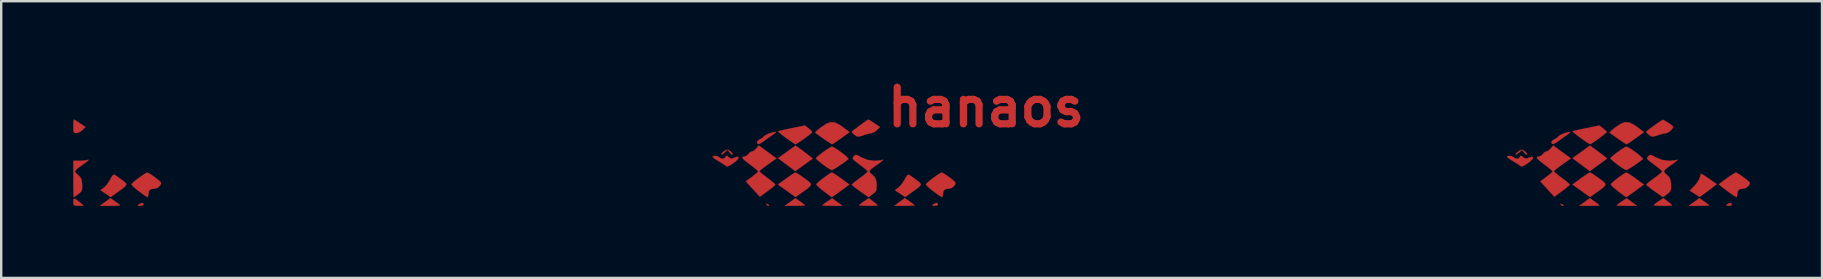
<source format=kicad_pcb>
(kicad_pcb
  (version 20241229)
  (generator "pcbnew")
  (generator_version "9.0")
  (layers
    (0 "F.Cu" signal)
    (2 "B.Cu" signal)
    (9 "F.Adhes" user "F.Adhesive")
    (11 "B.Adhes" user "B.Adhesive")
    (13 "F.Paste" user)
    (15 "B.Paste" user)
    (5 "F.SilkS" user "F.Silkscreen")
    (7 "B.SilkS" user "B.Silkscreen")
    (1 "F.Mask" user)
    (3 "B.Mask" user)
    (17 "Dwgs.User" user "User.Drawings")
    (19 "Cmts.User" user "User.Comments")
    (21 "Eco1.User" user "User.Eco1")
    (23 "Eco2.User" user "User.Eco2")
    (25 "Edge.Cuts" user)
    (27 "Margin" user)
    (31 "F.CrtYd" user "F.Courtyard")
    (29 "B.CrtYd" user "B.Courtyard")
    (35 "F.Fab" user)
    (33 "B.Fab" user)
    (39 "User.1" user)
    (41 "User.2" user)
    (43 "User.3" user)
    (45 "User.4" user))
  (footprint "hanaos"
    (layer "F.Cu")
    (at 38.028 1.418)
    (property "Reference" "hanaos" (at 0 0 0) (layer "F.Cu") (effects (font (size 1.524 1.524) (thickness 0.3))))
    (attr through_hole)
    (fp_poly (pts (xy -10.769 1.772) (xy -10.766 1.776) (xy -10.772 1.775) (xy -10.769 1.772)) (stroke (width 0.01) (type solid)) (fill yes) (layer "F.Cu"))
    (fp_poly (pts (xy 22.328 1.772) (xy 22.331 1.776) (xy 22.325 1.775) (xy 22.328 1.772)) (stroke (width 0.01) (type solid)) (fill yes) (layer "F.Cu"))
    (fp_poly (pts (xy -9.111 4.034) (xy -9.039 4.076) (xy -9.051 4.102) (xy -9.079 4.105) (xy -9.149 4.068) (xy -9.159 4.054) (xy -9.151 4.025) (xy -9.111 4.034)) (stroke (width 0.01) (type solid)) (fill yes) (layer "F.Cu"))
    (fp_poly (pts (xy 23.986 4.034) (xy 24.058 4.076) (xy 24.046 4.102) (xy 24.018 4.105) (xy 23.948 4.068) (xy 23.938 4.054) (xy 23.946 4.025) (xy 23.986 4.034)) (stroke (width 0.01) (type solid)) (fill yes) (layer "F.Cu"))
    (fp_poly (pts (xy -35.107 4.013) (xy -35.098 4.057) (xy -35.142 4.092) (xy -35.236 4.105) (xy -35.33 4.101) (xy -35.33 4.076) (xy -35.275 4.033) (xy -35.17 3.984) (xy -35.107 4.013)) (stroke (width 0.01) (type solid)) (fill yes) (layer "F.Cu"))
    (fp_poly (pts (xy -10.772 1.775) (xy -10.901 1.895) (xy -10.986 1.962) (xy -11.03 1.972) (xy -11.032 1.965) (xy -10.993 1.901) (xy -10.902 1.825) (xy -10.804 1.771) (xy -10.772 1.775)) (stroke (width 0.01) (type solid)) (fill yes) (layer "F.Cu"))
    (fp_poly (pts (xy -10.73 1.78) (xy -10.647 1.838) (xy -10.571 1.916) (xy -10.556 1.969) (xy -10.557 1.971) (xy -10.609 1.961) (xy -10.681 1.889) (xy -10.766 1.776) (xy -10.73 1.78)) (stroke (width 0.01) (type solid)) (fill yes) (layer "F.Cu"))
    (fp_poly (pts (xy -2.01 4.013) (xy -2.001 4.057) (xy -2.045 4.092) (xy -2.139 4.105) (xy -2.233 4.101) (xy -2.233 4.076) (xy -2.178 4.033) (xy -2.073 3.984) (xy -2.01 4.013)) (stroke (width 0.01) (type solid)) (fill yes) (layer "F.Cu"))
    (fp_poly (pts (xy 22.325 1.775) (xy 22.196 1.895) (xy 22.111 1.962) (xy 22.067 1.972) (xy 22.065 1.965) (xy 22.104 1.901) (xy 22.195 1.825) (xy 22.293 1.771) (xy 22.325 1.775)) (stroke (width 0.01) (type solid)) (fill yes) (layer "F.Cu"))
    (fp_poly (pts (xy 22.367 1.78) (xy 22.45 1.838) (xy 22.526 1.916) (xy 22.541 1.969) (xy 22.54 1.971) (xy 22.488 1.961) (xy 22.416 1.889) (xy 22.331 1.776) (xy 22.367 1.78)) (stroke (width 0.01) (type solid)) (fill yes) (layer "F.Cu"))
    (fp_poly (pts (xy 31.063 4.029) (xy 31.056 4.088) (xy 30.966 4.105) (xy 30.87 4.097) (xy 30.839 4.081) (xy 30.878 4.041) (xy 30.937 4.005) (xy 31.022 3.981) (xy 31.063 4.029)) (stroke (width 0.01) (type solid)) (fill yes) (layer "F.Cu"))
    (fp_poly (pts (xy -7.727 1.748) (xy -7.567 1.866) (xy -7.414 1.982) (xy -7.369 2.018) (xy -7.221 2.136) (xy -7.582 2.399) (xy -7.944 2.662) (xy -8.665 2.122) (xy -7.936 1.597) (xy -7.727 1.748)) (stroke (width 0.01) (type solid)) (fill yes) (layer "F.Cu"))
    (fp_poly (pts (xy -37.901 3.844) (xy -37.766 3.951) (xy -37.587 4.102) (xy -37.805 4.104) (xy -37.942 4.099) (xy -38.005 4.071) (xy -38.022 3.998) (xy -38.023 3.951) (xy -38.015 3.844) (xy -37.979 3.808) (xy -37.901 3.844)) (stroke (width 0.01) (type solid)) (fill yes) (layer "F.Cu"))
    (fp_poly (pts (xy -36.277 3.927) (xy -36.158 4.012) (xy -36.085 4.072) (xy -36.073 4.086) (xy -36.12 4.095) (xy -36.246 4.101) (xy -36.427 4.105) (xy -36.494 4.105) (xy -36.914 4.105) (xy -36.48 3.786) (xy -36.277 3.927)) (stroke (width 0.01) (type solid)) (fill yes) (layer "F.Cu"))
    (fp_poly (pts (xy -5.983 4.105) (xy -6.404 4.105) (xy -6.597 4.103) (xy -6.744 4.097) (xy -6.819 4.089) (xy -6.825 4.086) (xy -6.786 4.05) (xy -6.687 3.977) (xy -6.617 3.93) (xy -6.409 3.792) (xy -5.983 4.105)) (stroke (width 0.01) (type solid)) (fill yes) (layer "F.Cu"))
    (fp_poly (pts (xy 25.353 3.929) (xy 25.471 4.014) (xy 25.543 4.073) (xy 25.554 4.086) (xy 25.507 4.095) (xy 25.381 4.101) (xy 25.2 4.105) (xy 25.136 4.105) (xy 24.718 4.105) (xy 25.153 3.79) (xy 25.353 3.929)) (stroke (width 0.01) (type solid)) (fill yes) (layer "F.Cu"))
    (fp_poly (pts (xy -7.744 3.929) (xy -7.626 4.014) (xy -7.554 4.073) (xy -7.543 4.086) (xy -7.59 4.095) (xy -7.716 4.101) (xy -7.897 4.105) (xy -7.961 4.105) (xy -8.379 4.105) (xy -8.162 3.947) (xy -7.944 3.79) (xy -7.744 3.929)) (stroke (width 0.01) (type solid)) (fill yes) (layer "F.Cu"))
    (fp_poly (pts (xy -3.18 3.927) (xy -3.061 4.012) (xy -2.988 4.072) (xy -2.976 4.086) (xy -3.023 4.095) (xy -3.149 4.101) (xy -3.33 4.105) (xy -3.397 4.105) (xy -3.817 4.105) (xy -3.6 3.945) (xy -3.383 3.786) (xy -3.18 3.927)) (stroke (width 0.01) (type solid)) (fill yes) (layer "F.Cu"))
    (fp_poly (pts (xy 25.37 1.748) (xy 25.53 1.866) (xy 25.683 1.982) (xy 25.728 2.018) (xy 25.876 2.136) (xy 25.515 2.399) (xy 25.153 2.662) (xy 24.793 2.392) (xy 24.432 2.122) (xy 24.796 1.86) (xy 25.161 1.597) (xy 25.37 1.748)) (stroke (width 0.01) (type solid)) (fill yes) (layer "F.Cu"))
    (fp_poly (pts (xy 26.901 3.949) (xy 27.114 4.105) (xy 26.693 4.105) (xy 26.5 4.103) (xy 26.353 4.097) (xy 26.278 4.089) (xy 26.272 4.086) (xy 26.311 4.05) (xy 26.41 3.977) (xy 26.48 3.93) (xy 26.688 3.792) (xy 26.901 3.949)) (stroke (width 0.01) (type solid)) (fill yes) (layer "F.Cu"))
    (fp_poly (pts (xy 29.917 3.927) (xy 30.036 4.012) (xy 30.109 4.072) (xy 30.121 4.086) (xy 30.073 4.095) (xy 29.948 4.101) (xy 29.767 4.105) (xy 29.7 4.105) (xy 29.28 4.105) (xy 29.497 3.945) (xy 29.714 3.786) (xy 29.917 3.927)) (stroke (width 0.01) (type solid)) (fill yes) (layer "F.Cu"))
    (fp_poly (pts (xy -37.948 0.539) (xy -37.839 0.607) (xy -37.747 0.668) (xy -37.517 0.823) (xy -37.644 0.951) (xy -37.767 1.038) (xy -37.891 1.077) (xy -37.897 1.078) (xy -37.969 1.07) (xy -38.007 1.03) (xy -38.021 0.934) (xy -38.023 0.795) (xy -38.019 0.641) (xy -38.009 0.538) (xy -38 0.513) (xy -37.948 0.539)) (stroke (width 0.01) (type solid)) (fill yes) (layer "F.Cu"))
    (fp_poly (pts (xy -4.698 3.927) (xy -4.588 4.014) (xy -4.523 4.074) (xy -4.516 4.085) (xy -4.563 4.095) (xy -4.687 4.102) (xy -4.864 4.105) (xy -4.9 4.105) (xy -5.084 4.102) (xy -5.22 4.094) (xy -5.284 4.082) (xy -5.285 4.08) (xy -5.246 4.04) (xy -5.148 3.966) (xy -5.083 3.921) (xy -4.881 3.787) (xy -4.698 3.927)) (stroke (width 0.01) (type solid)) (fill yes) (layer "F.Cu"))
    (fp_poly (pts (xy 28.399 3.927) (xy 28.509 4.014) (xy 28.574 4.074) (xy 28.581 4.085) (xy 28.534 4.095) (xy 28.41 4.102) (xy 28.232 4.105) (xy 28.197 4.105) (xy 28.013 4.102) (xy 27.877 4.094) (xy 27.813 4.082) (xy 27.812 4.08) (xy 27.851 4.04) (xy 27.949 3.966) (xy 28.014 3.921) (xy 28.216 3.787) (xy 28.399 3.927)) (stroke (width 0.01) (type solid)) (fill yes) (layer "F.Cu"))
    (fp_poly (pts (xy -7.876 2.748) (xy -7.757 2.824) (xy -7.603 2.932) (xy -7.562 2.961) (xy -7.408 3.075) (xy -7.317 3.158) (xy -7.293 3.227) (xy -7.341 3.303) (xy -7.462 3.403) (xy -7.661 3.545) (xy -7.675 3.555) (xy -7.935 3.741) (xy -8.667 3.219) (xy -8.324 2.969) (xy -8.161 2.854) (xy -8.028 2.767) (xy -7.947 2.722) (xy -7.936 2.72) (xy -7.876 2.748)) (stroke (width 0.01) (type solid)) (fill yes) (layer "F.Cu"))
    (fp_poly (pts (xy 25.221 2.748) (xy 25.34 2.824) (xy 25.494 2.932) (xy 25.535 2.961) (xy 25.689 3.075) (xy 25.78 3.158) (xy 25.803 3.227) (xy 25.756 3.303) (xy 25.635 3.403) (xy 25.436 3.545) (xy 25.422 3.555) (xy 25.162 3.741) (xy 24.43 3.219) (xy 24.773 2.969) (xy 24.936 2.854) (xy 25.069 2.767) (xy 25.15 2.722) (xy 25.161 2.72) (xy 25.221 2.748)) (stroke (width 0.01) (type solid)) (fill yes) (layer "F.Cu"))
    (fp_poly (pts (xy -36.309 2.809) (xy -36.235 2.859) (xy -36.109 2.948) (xy -36.004 3.024) (xy -35.889 3.11) (xy -35.825 3.176) (xy -35.82 3.238) (xy -35.879 3.312) (xy -36.009 3.414) (xy -36.205 3.555) (xy -36.464 3.741) (xy -36.679 3.599) (xy -36.893 3.457) (xy -36.746 3.348) (xy -36.634 3.234) (xy -36.523 3.075) (xy -36.485 3.005) (xy -36.397 2.854) (xy -36.328 2.804) (xy -36.309 2.809)) (stroke (width 0.01) (type solid)) (fill yes) (layer "F.Cu"))
    (fp_poly (pts (xy -8.765 1.051) (xy -8.843 1.115) (xy -8.908 1.162) (xy -9.072 1.276) (xy -9.232 1.392) (xy -9.267 1.418) (xy -9.419 1.516) (xy -9.512 1.531) (xy -9.544 1.465) (xy -9.544 1.461) (xy -9.501 1.386) (xy -9.42 1.336) (xy -9.308 1.272) (xy -9.253 1.214) (xy -9.183 1.16) (xy -9.053 1.101) (xy -8.902 1.052) (xy -8.77 1.027) (xy -8.755 1.027) (xy -8.765 1.051)) (stroke (width 0.01) (type solid)) (fill yes) (layer "F.Cu"))
    (fp_poly (pts (xy -3.212 2.809) (xy -3.138 2.859) (xy -3.013 2.948) (xy -2.907 3.024) (xy -2.792 3.11) (xy -2.728 3.176) (xy -2.723 3.238) (xy -2.782 3.312) (xy -2.912 3.414) (xy -3.108 3.555) (xy -3.367 3.741) (xy -3.582 3.599) (xy -3.796 3.457) (xy -3.649 3.348) (xy -3.537 3.234) (xy -3.426 3.075) (xy -3.388 3.005) (xy -3.3 2.854) (xy -3.231 2.804) (xy -3.212 2.809)) (stroke (width 0.01) (type solid)) (fill yes) (layer "F.Cu"))
    (fp_poly (pts (xy 24.332 1.051) (xy 24.254 1.115) (xy 24.189 1.162) (xy 24.025 1.276) (xy 23.865 1.392) (xy 23.83 1.418) (xy 23.678 1.516) (xy 23.585 1.531) (xy 23.553 1.465) (xy 23.553 1.461) (xy 23.596 1.386) (xy 23.677 1.336) (xy 23.789 1.272) (xy 23.844 1.214) (xy 23.914 1.16) (xy 24.044 1.101) (xy 24.195 1.052) (xy 24.327 1.027) (xy 24.342 1.027) (xy 24.332 1.051)) (stroke (width 0.01) (type solid)) (fill yes) (layer "F.Cu"))
    (fp_poly (pts (xy 29.848 2.798) (xy 29.96 2.87) (xy 30.11 2.973) (xy 30.131 2.987) (xy 30.439 3.203) (xy 30.293 3.321) (xy 30.159 3.425) (xy 29.996 3.546) (xy 29.938 3.588) (xy 29.73 3.738) (xy 29.523 3.605) (xy 29.317 3.472) (xy 29.508 3.281) (xy 29.627 3.138) (xy 29.713 2.992) (xy 29.735 2.93) (xy 29.766 2.82) (xy 29.795 2.771) (xy 29.796 2.771) (xy 29.848 2.798)) (stroke (width 0.01) (type solid)) (fill yes) (layer "F.Cu"))
    (fp_poly (pts (xy -6.282 0.639) (xy -6.085 0.741) (xy -5.965 0.826) (xy -5.686 1.037) (xy -6.031 1.288) (xy -6.194 1.403) (xy -6.324 1.491) (xy -6.401 1.536) (xy -6.411 1.539) (xy -6.466 1.512) (xy -6.582 1.439) (xy -6.736 1.335) (xy -6.768 1.312) (xy -6.925 1.201) (xy -7.047 1.112) (xy -7.112 1.064) (xy -7.116 1.06) (xy -7.091 1.02) (xy -7.002 0.937) (xy -6.867 0.829) (xy -6.862 0.826) (xy -6.644 0.682) (xy -6.46 0.62) (xy -6.282 0.639)) (stroke (width 0.01) (type solid)) (fill yes) (layer "F.Cu"))
    (fp_poly (pts (xy 26.815 0.639) (xy 27.012 0.741) (xy 27.132 0.826) (xy 27.41 1.037) (xy 27.066 1.288) (xy 26.903 1.403) (xy 26.773 1.491) (xy 26.696 1.536) (xy 26.686 1.539) (xy 26.631 1.512) (xy 26.515 1.439) (xy 26.361 1.335) (xy 26.329 1.312) (xy 26.172 1.201) (xy 26.05 1.112) (xy 25.985 1.064) (xy 25.981 1.06) (xy 26.006 1.02) (xy 26.095 0.937) (xy 26.23 0.829) (xy 26.235 0.826) (xy 26.453 0.682) (xy 26.637 0.62) (xy 26.815 0.639)) (stroke (width 0.01) (type solid)) (fill yes) (layer "F.Cu"))
    (fp_poly (pts (xy -7.393 0.88) (xy -7.294 0.965) (xy -7.241 1.023) (xy -7.238 1.029) (xy -7.275 1.072) (xy -7.373 1.154) (xy -7.509 1.258) (xy -7.657 1.365) (xy -7.794 1.46) (xy -7.896 1.522) (xy -7.935 1.539) (xy -7.994 1.51) (xy -8.113 1.433) (xy -8.269 1.323) (xy -8.331 1.279) (xy -8.487 1.16) (xy -8.603 1.065) (xy -8.661 1.01) (xy -8.664 1.002) (xy -8.61 0.985) (xy -8.476 0.954) (xy -8.284 0.912) (xy -8.096 0.872) (xy -7.545 0.76) (xy -7.393 0.88)) (stroke (width 0.01) (type solid)) (fill yes) (layer "F.Cu"))
    (fp_poly (pts (xy 25.704 0.88) (xy 25.803 0.965) (xy 25.856 1.023) (xy 25.859 1.029) (xy 25.822 1.072) (xy 25.724 1.154) (xy 25.588 1.258) (xy 25.44 1.365) (xy 25.303 1.459) (xy 25.201 1.522) (xy 25.162 1.538) (xy 25.103 1.508) (xy 24.984 1.431) (xy 24.828 1.321) (xy 24.767 1.277) (xy 24.61 1.158) (xy 24.494 1.064) (xy 24.436 1.009) (xy 24.433 1.001) (xy 24.488 0.985) (xy 24.621 0.954) (xy 24.813 0.912) (xy 25.001 0.872) (xy 25.552 0.76) (xy 25.704 0.88)) (stroke (width 0.01) (type solid)) (fill yes) (layer "F.Cu"))
    (fp_poly (pts (xy -6.361 2.748) (xy -6.242 2.824) (xy -6.086 2.932) (xy -6.033 2.97) (xy -5.69 3.22) (xy -6.051 3.483) (xy -6.215 3.601) (xy -6.343 3.691) (xy -6.416 3.74) (xy -6.426 3.745) (xy -6.47 3.715) (xy -6.576 3.639) (xy -6.722 3.53) (xy -6.761 3.501) (xy -6.91 3.38) (xy -7.02 3.279) (xy -7.069 3.215) (xy -7.07 3.207) (xy -7.024 3.153) (xy -6.92 3.062) (xy -6.782 2.954) (xy -6.637 2.848) (xy -6.511 2.764) (xy -6.43 2.721) (xy -6.421 2.72) (xy -6.361 2.748)) (stroke (width 0.01) (type solid)) (fill yes) (layer "F.Cu"))
    (fp_poly (pts (xy -4.853 0.54) (xy -4.742 0.607) (xy -4.65 0.668) (xy -4.42 0.823) (xy -4.547 0.951) (xy -4.659 1.037) (xy -4.761 1.077) (xy -4.768 1.078) (xy -4.873 1.094) (xy -5.024 1.136) (xy -5.08 1.155) (xy -5.236 1.207) (xy -5.332 1.225) (xy -5.402 1.204) (xy -5.484 1.145) (xy -5.498 1.133) (xy -5.575 1.059) (xy -5.594 1.015) (xy -5.593 1.014) (xy -5.483 0.928) (xy -5.341 0.82) (xy -5.188 0.707) (xy -5.05 0.607) (xy -4.948 0.537) (xy -4.907 0.513) (xy -4.853 0.54)) (stroke (width 0.01) (type solid)) (fill yes) (layer "F.Cu"))
    (fp_poly (pts (xy 26.736 2.748) (xy 26.855 2.824) (xy 27.011 2.932) (xy 27.064 2.97) (xy 27.407 3.22) (xy 27.046 3.483) (xy 26.882 3.601) (xy 26.754 3.691) (xy 26.681 3.74) (xy 26.671 3.745) (xy 26.626 3.715) (xy 26.521 3.639) (xy 26.375 3.53) (xy 26.336 3.501) (xy 26.187 3.38) (xy 26.077 3.279) (xy 26.028 3.215) (xy 26.027 3.207) (xy 26.073 3.153) (xy 26.177 3.062) (xy 26.315 2.954) (xy 26.46 2.848) (xy 26.586 2.764) (xy 26.667 2.721) (xy 26.676 2.72) (xy 26.736 2.748)) (stroke (width 0.01) (type solid)) (fill yes) (layer "F.Cu"))
    (fp_poly (pts (xy -10.776 2.034) (xy -10.723 2.08) (xy -10.635 2.14) (xy -10.549 2.131) (xy -10.492 2.103) (xy -10.368 2.064) (xy -10.313 2.084) (xy -10.321 2.143) (xy -10.417 2.244) (xy -10.513 2.32) (xy -10.654 2.414) (xy -10.762 2.463) (xy -10.808 2.463) (xy -10.872 2.415) (xy -10.998 2.334) (xy -11.15 2.24) (xy -11.304 2.144) (xy -11.379 2.085) (xy -11.386 2.05) (xy -11.339 2.027) (xy -11.203 2.033) (xy -11.14 2.074) (xy -11.017 2.146) (xy -10.912 2.137) (xy -10.857 2.071) (xy -10.825 2.018) (xy -10.776 2.034)) (stroke (width 0.01) (type solid)) (fill yes) (layer "F.Cu"))
    (fp_poly (pts (xy 22.321 2.034) (xy 22.374 2.08) (xy 22.462 2.14) (xy 22.548 2.131) (xy 22.605 2.103) (xy 22.729 2.064) (xy 22.784 2.084) (xy 22.776 2.143) (xy 22.68 2.244) (xy 22.584 2.32) (xy 22.443 2.414) (xy 22.335 2.463) (xy 22.289 2.463) (xy 22.225 2.415) (xy 22.099 2.334) (xy 21.947 2.24) (xy 21.793 2.144) (xy 21.718 2.085) (xy 21.711 2.05) (xy 21.758 2.027) (xy 21.894 2.033) (xy 21.957 2.074) (xy 22.08 2.146) (xy 22.185 2.137) (xy 22.24 2.071) (xy 22.271 2.018) (xy 22.321 2.034)) (stroke (width 0.01) (type solid)) (fill yes) (layer "F.Cu"))
    (fp_poly (pts (xy 28.317 0.582) (xy 28.442 0.661) (xy 28.554 0.741) (xy 28.623 0.799) (xy 28.631 0.813) (xy 28.588 0.901) (xy 28.493 0.997) (xy 28.386 1.065) (xy 28.336 1.078) (xy 28.226 1.094) (xy 28.072 1.136) (xy 28.017 1.155) (xy 27.861 1.207) (xy 27.765 1.225) (xy 27.695 1.204) (xy 27.613 1.145) (xy 27.599 1.133) (xy 27.522 1.059) (xy 27.503 1.015) (xy 27.504 1.014) (xy 27.666 0.886) (xy 27.838 0.759) (xy 27.998 0.646) (xy 28.126 0.563) (xy 28.201 0.524) (xy 28.211 0.523) (xy 28.317 0.582)) (stroke (width 0.01) (type solid)) (fill yes) (layer "F.Cu"))
    (fp_poly (pts (xy -6.348 1.67) (xy -6.229 1.74) (xy -6.087 1.838) (xy -5.944 1.945) (xy -5.823 2.046) (xy -5.747 2.123) (xy -5.734 2.158) (xy -5.852 2.253) (xy -6.004 2.362) (xy -6.163 2.469) (xy -6.304 2.557) (xy -6.401 2.609) (xy -6.425 2.616) (xy -6.496 2.586) (xy -6.622 2.508) (xy -6.776 2.399) (xy -6.789 2.389) (xy -6.935 2.275) (xy -7.041 2.183) (xy -7.087 2.132) (xy -7.088 2.129) (xy -7.049 2.079) (xy -6.948 1.993) (xy -6.812 1.888) (xy -6.665 1.783) (xy -6.533 1.697) (xy -6.441 1.648) (xy -6.421 1.643) (xy -6.348 1.67)) (stroke (width 0.01) (type solid)) (fill yes) (layer "F.Cu"))
    (fp_poly (pts (xy 26.749 1.67) (xy 26.868 1.74) (xy 27.01 1.838) (xy 27.153 1.945) (xy 27.274 2.046) (xy 27.35 2.123) (xy 27.363 2.158) (xy 27.245 2.253) (xy 27.093 2.362) (xy 26.934 2.469) (xy 26.793 2.557) (xy 26.696 2.609) (xy 26.672 2.616) (xy 26.601 2.586) (xy 26.475 2.508) (xy 26.321 2.399) (xy 26.308 2.389) (xy 26.162 2.275) (xy 26.056 2.183) (xy 26.01 2.132) (xy 26.009 2.129) (xy 26.048 2.079) (xy 26.149 1.993) (xy 26.285 1.888) (xy 26.432 1.783) (xy 26.564 1.697) (xy 26.656 1.648) (xy 26.676 1.643) (xy 26.749 1.67)) (stroke (width 0.01) (type solid)) (fill yes) (layer "F.Cu"))
    (fp_poly (pts (xy -34.876 2.749) (xy -34.757 2.825) (xy -34.61 2.93) (xy -34.465 3.042) (xy -34.388 3.116) (xy -34.369 3.171) (xy -34.393 3.231) (xy -34.413 3.263) (xy -34.518 3.359) (xy -34.612 3.387) (xy -34.781 3.408) (xy -34.87 3.48) (xy -34.893 3.597) (xy -34.904 3.703) (xy -34.931 3.745) (xy -34.988 3.715) (xy -35.103 3.638) (xy -35.254 3.528) (xy -35.291 3.501) (xy -35.441 3.38) (xy -35.55 3.279) (xy -35.599 3.215) (xy -35.6 3.207) (xy -35.554 3.151) (xy -35.448 3.06) (xy -35.308 2.951) (xy -35.161 2.846) (xy -35.034 2.762) (xy -34.951 2.721) (xy -34.942 2.72) (xy -34.876 2.749)) (stroke (width 0.01) (type solid)) (fill yes) (layer "F.Cu"))
    (fp_poly (pts (xy -1.78 2.749) (xy -1.66 2.825) (xy -1.513 2.93) (xy -1.368 3.042) (xy -1.291 3.116) (xy -1.272 3.171) (xy -1.296 3.231) (xy -1.316 3.263) (xy -1.421 3.359) (xy -1.515 3.387) (xy -1.684 3.408) (xy -1.773 3.48) (xy -1.796 3.597) (xy -1.807 3.703) (xy -1.834 3.745) (xy -1.891 3.715) (xy -2.006 3.638) (xy -2.157 3.528) (xy -2.194 3.501) (xy -2.344 3.38) (xy -2.453 3.279) (xy -2.502 3.215) (xy -2.503 3.207) (xy -2.457 3.151) (xy -2.351 3.06) (xy -2.211 2.951) (xy -2.065 2.846) (xy -1.937 2.762) (xy -1.854 2.721) (xy -1.845 2.72) (xy -1.78 2.749)) (stroke (width 0.01) (type solid)) (fill yes) (layer "F.Cu"))
    (fp_poly (pts (xy -37.383 2.193) (xy -37.434 2.244) (xy -37.547 2.332) (xy -37.587 2.36) (xy -37.779 2.496) (xy -37.897 2.588) (xy -37.949 2.653) (xy -37.944 2.706) (xy -37.891 2.764) (xy -37.833 2.813) (xy -37.732 2.912) (xy -37.68 3.019) (xy -37.659 3.175) (xy -37.657 3.22) (xy -37.655 3.383) (xy -37.678 3.483) (xy -37.744 3.56) (xy -37.818 3.618) (xy -37.928 3.697) (xy -37.998 3.742) (xy -38.007 3.746) (xy -38.013 3.698) (xy -38.018 3.564) (xy -38.021 3.365) (xy -38.023 3.116) (xy -38.023 2.989) (xy -38.023 2.231) (xy -37.779 2.232) (xy -37.602 2.223) (xy -37.448 2.199) (xy -37.407 2.188) (xy -37.383 2.193)) (stroke (width 0.01) (type solid)) (fill yes) (layer "F.Cu"))
    (fp_poly (pts (xy 31.302 2.748) (xy 31.421 2.823) (xy 31.571 2.929) (xy 31.574 2.932) (xy 31.723 3.044) (xy 31.802 3.117) (xy 31.823 3.171) (xy 31.799 3.227) (xy 31.773 3.263) (xy 31.672 3.353) (xy 31.575 3.385) (xy 31.408 3.41) (xy 31.322 3.484) (xy 31.301 3.597) (xy 31.289 3.703) (xy 31.263 3.744) (xy 31.206 3.715) (xy 31.09 3.638) (xy 30.935 3.528) (xy 30.878 3.487) (xy 30.72 3.368) (xy 30.6 3.275) (xy 30.536 3.222) (xy 30.531 3.216) (xy 30.57 3.176) (xy 30.671 3.098) (xy 30.808 2.997) (xy 30.958 2.892) (xy 31.097 2.8) (xy 31.199 2.737) (xy 31.238 2.72) (xy 31.302 2.748)) (stroke (width 0.01) (type solid)) (fill yes) (layer "F.Cu"))
    (fp_poly (pts (xy -8.732 2.131) (xy -9.087 2.382) (xy -9.248 2.5) (xy -9.371 2.596) (xy -9.436 2.657) (xy -9.442 2.666) (xy -9.403 2.71) (xy -9.301 2.797) (xy -9.155 2.91) (xy -9.108 2.945) (xy -8.953 3.063) (xy -8.837 3.159) (xy -8.78 3.217) (xy -8.777 3.224) (xy -8.816 3.268) (xy -8.92 3.355) (xy -9.066 3.467) (xy -9.101 3.493) (xy -9.423 3.728) (xy -10.006 3.088) (xy -9.749 2.899) (xy -9.615 2.795) (xy -9.522 2.713) (xy -9.493 2.674) (xy -9.531 2.628) (xy -9.634 2.54) (xy -9.78 2.426) (xy -9.826 2.392) (xy -10.018 2.244) (xy -10.125 2.143) (xy -10.152 2.082) (xy -10.102 2.055) (xy -10.059 2.053) (xy -9.956 2.011) (xy -9.903 1.95) (xy -9.825 1.868) (xy -9.762 1.847) (xy -9.671 1.81) (xy -9.573 1.721) (xy -9.572 1.72) (xy -9.467 1.592) (xy -8.732 2.131)) (stroke (width 0.01) (type solid)) (fill yes) (layer "F.Cu"))
    (fp_poly (pts (xy 24.365 2.131) (xy 24.01 2.382) (xy 23.849 2.5) (xy 23.726 2.596) (xy 23.661 2.657) (xy 23.655 2.666) (xy 23.694 2.71) (xy 23.796 2.797) (xy 23.942 2.91) (xy 23.989 2.945) (xy 24.144 3.063) (xy 24.26 3.159) (xy 24.317 3.217) (xy 24.32 3.224) (xy 24.281 3.268) (xy 24.177 3.355) (xy 24.031 3.467) (xy 23.996 3.493) (xy 23.674 3.728) (xy 23.382 3.408) (xy 23.091 3.088) (xy 23.347 2.899) (xy 23.482 2.795) (xy 23.575 2.713) (xy 23.604 2.674) (xy 23.565 2.628) (xy 23.463 2.54) (xy 23.317 2.426) (xy 23.271 2.392) (xy 23.079 2.244) (xy 22.972 2.143) (xy 22.945 2.082) (xy 22.995 2.055) (xy 23.038 2.053) (xy 23.141 2.011) (xy 23.194 1.95) (xy 23.272 1.868) (xy 23.335 1.847) (xy 23.425 1.81) (xy 23.524 1.721) (xy 23.525 1.72) (xy 23.63 1.592) (xy 24.365 2.131)) (stroke (width 0.01) (type solid)) (fill yes) (layer "F.Cu"))
    (fp_poly (pts (xy -5.313 2.021) (xy -5.195 2.089) (xy -4.941 2.191) (xy -4.655 2.232) (xy -4.383 2.209) (xy -4.31 2.188) (xy -4.286 2.193) (xy -4.337 2.244) (xy -4.45 2.332) (xy -4.49 2.36) (xy -4.682 2.496) (xy -4.8 2.588) (xy -4.852 2.653) (xy -4.847 2.706) (xy -4.794 2.764) (xy -4.736 2.813) (xy -4.635 2.912) (xy -4.583 3.019) (xy -4.562 3.175) (xy -4.56 3.22) (xy -4.558 3.383) (xy -4.581 3.483) (xy -4.647 3.56) (xy -4.721 3.618) (xy -4.828 3.696) (xy -4.891 3.74) (xy -4.898 3.744) (xy -4.938 3.715) (xy -5.042 3.642) (xy -5.191 3.538) (xy -5.245 3.5) (xy -5.404 3.385) (xy -5.525 3.29) (xy -5.587 3.232) (xy -5.591 3.224) (xy -5.553 3.181) (xy -5.451 3.095) (xy -5.304 2.984) (xy -5.26 2.952) (xy -5.104 2.837) (xy -4.987 2.741) (xy -4.929 2.683) (xy -4.926 2.676) (xy -4.965 2.629) (xy -5.067 2.54) (xy -5.214 2.426) (xy -5.262 2.39) (xy -5.427 2.267) (xy -5.52 2.186) (xy -5.554 2.131) (xy -5.542 2.085) (xy -5.512 2.048) (xy -5.457 1.996) (xy -5.401 1.985) (xy -5.313 2.021)) (stroke (width 0.01) (type solid)) (fill yes) (layer "F.Cu"))
    (fp_poly (pts (xy 27.783 2.021) (xy 27.902 2.089) (xy 28.156 2.191) (xy 28.442 2.232) (xy 28.714 2.209) (xy 28.787 2.188) (xy 28.811 2.193) (xy 28.76 2.244) (xy 28.647 2.332) (xy 28.607 2.36) (xy 28.415 2.496) (xy 28.297 2.588) (xy 28.245 2.653) (xy 28.25 2.706) (xy 28.303 2.764) (xy 28.361 2.813) (xy 28.462 2.912) (xy 28.513 3.019) (xy 28.535 3.175) (xy 28.537 3.22) (xy 28.539 3.383) (xy 28.516 3.483) (xy 28.45 3.56) (xy 28.376 3.618) (xy 28.269 3.696) (xy 28.206 3.74) (xy 28.199 3.744) (xy 28.159 3.715) (xy 28.055 3.642) (xy 27.906 3.538) (xy 27.852 3.5) (xy 27.693 3.385) (xy 27.572 3.29) (xy 27.51 3.232) (xy 27.506 3.224) (xy 27.544 3.181) (xy 27.646 3.095) (xy 27.793 2.984) (xy 27.837 2.952) (xy 27.993 2.837) (xy 28.11 2.741) (xy 28.168 2.683) (xy 28.171 2.676) (xy 28.132 2.629) (xy 28.03 2.54) (xy 27.883 2.426) (xy 27.835 2.39) (xy 27.67 2.267) (xy 27.577 2.186) (xy 27.543 2.131) (xy 27.555 2.085) (xy 27.585 2.048) (xy 27.64 1.996) (xy 27.696 1.985) (xy 27.783 2.021)) (stroke (width 0.01) (type solid)) (fill yes) (layer "F.Cu")))
  (gr_rect
    (start -3 -3)
    (end 72.856 8.528)
    (stroke (width 0.1) (type default))
    (fill no)
    (layer "Edge.Cuts")))
</source>
